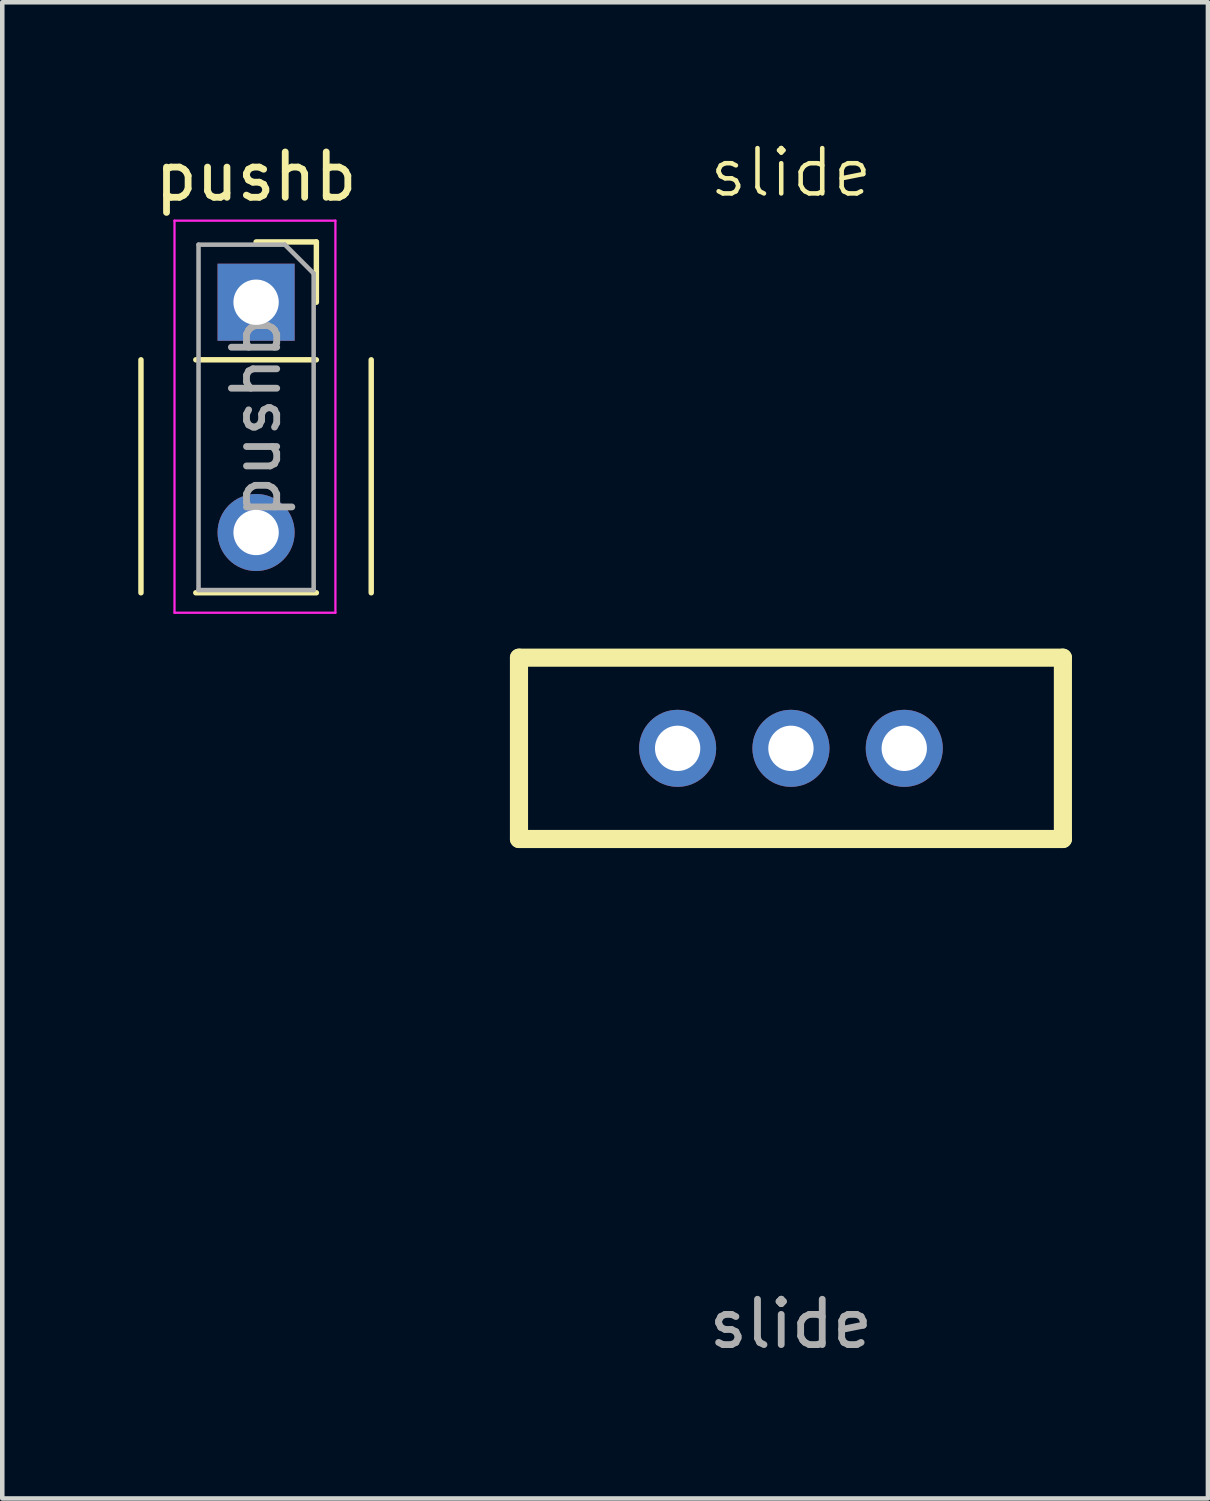
<source format=kicad_pcb>
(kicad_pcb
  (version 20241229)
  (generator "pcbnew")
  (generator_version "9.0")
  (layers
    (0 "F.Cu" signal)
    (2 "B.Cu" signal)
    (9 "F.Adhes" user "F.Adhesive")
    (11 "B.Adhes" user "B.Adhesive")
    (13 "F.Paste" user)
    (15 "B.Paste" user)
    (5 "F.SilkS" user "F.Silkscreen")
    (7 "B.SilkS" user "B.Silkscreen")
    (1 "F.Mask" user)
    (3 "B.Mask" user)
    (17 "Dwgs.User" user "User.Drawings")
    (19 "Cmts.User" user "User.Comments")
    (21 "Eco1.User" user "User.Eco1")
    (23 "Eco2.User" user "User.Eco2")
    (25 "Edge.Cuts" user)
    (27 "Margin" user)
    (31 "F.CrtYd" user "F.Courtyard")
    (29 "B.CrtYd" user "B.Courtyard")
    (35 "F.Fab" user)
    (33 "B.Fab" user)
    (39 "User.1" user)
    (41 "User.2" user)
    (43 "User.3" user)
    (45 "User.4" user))
  (footprint "slide"
    (layer "F.Cu")
    (at 14.4 13.46)
    (property "Reference" "slide" (at 0 -12.7 0) (unlocked yes) (layer "F.SilkS") (effects (font (size 1 1) (thickness 0.1))))
    (attr through_hole)
    (fp_line (start -6 -2) (end -6 2) (stroke (width 0.4) (type default)) (layer "F.SilkS"))
    (fp_line (start -6 2) (end 6 2) (stroke (width 0.4) (type default)) (layer "F.SilkS"))
    (fp_line (start 6 -2) (end -6 -2) (stroke (width 0.4) (type default)) (layer "F.SilkS"))
    (fp_line (start 6 2) (end 6 -2) (stroke (width 0.4) (type default)) (layer "F.SilkS"))
    (fp_text user "${REFERENCE}" (at 0 12.7 0) (unlocked yes) (layer "F.Fab") (effects (font (size 1 1) (thickness 0.15))))
    (pad "1" thru_hole circle (at -2.5 0) (size 1.7 1.7) (drill 1) (layers "*.Cu" "*.Mask"))
    (pad "2" thru_hole circle (at 0 0) (size 1.7 1.7) (drill 1) (layers "*.Cu" "*.Mask"))
    (pad "3" thru_hole circle (at 2.5 0) (size 1.7 1.7) (drill 1) (layers "*.Cu" "*.Mask")))
  (footprint "pushb"
    (layer "F.Cu")
    (at 2.6 3.618)
    (property "Reference" "pushb" (at 0 -2.77 0) (layer "F.SilkS") (effects (font (size 1 1) (thickness 0.15))))
    (attr through_hole)
    (fp_line (start -2.54 1.27) (end -2.54 6.41) (stroke (width 0.12) (type solid)) (layer "F.SilkS"))
    (fp_line (start -1.33 1.27) (end 1.33 1.27) (stroke (width 0.12) (type solid)) (layer "F.SilkS"))
    (fp_line (start -1.33 6.41) (end 1.33 6.41) (stroke (width 0.12) (type solid)) (layer "F.SilkS"))
    (fp_line (start 0 -1.33) (end 1.33 -1.33) (stroke (width 0.12) (type solid)) (layer "F.SilkS"))
    (fp_line (start 1.33 -1.33) (end 1.33 0) (stroke (width 0.12) (type solid)) (layer "F.SilkS"))
    (fp_line (start 2.54 1.27) (end 2.54 6.41) (stroke (width 0.12) (type solid)) (layer "F.SilkS"))
    (fp_line (start -1.8 -1.8) (end 1.75 -1.8) (stroke (width 0.05) (type solid)) (layer "F.CrtYd"))
    (fp_line (start -1.8 6.85) (end -1.8 -1.8) (stroke (width 0.05) (type solid)) (layer "F.CrtYd"))
    (fp_line (start 1.75 -1.8) (end 1.75 6.85) (stroke (width 0.05) (type solid)) (layer "F.CrtYd"))
    (fp_line (start 1.75 6.85) (end -1.8 6.85) (stroke (width 0.05) (type solid)) (layer "F.CrtYd"))
    (fp_line (start -1.27 -1.27) (end 0.635 -1.27) (stroke (width 0.1) (type solid)) (layer "F.Fab"))
    (fp_line (start -1.27 6.35) (end -1.27 -1.27) (stroke (width 0.1) (type solid)) (layer "F.Fab"))
    (fp_line (start 0.635 -1.27) (end 1.27 -0.635) (stroke (width 0.1) (type solid)) (layer "F.Fab"))
    (fp_line (start 1.27 -0.635) (end 1.27 6.35) (stroke (width 0.1) (type solid)) (layer "F.Fab"))
    (fp_line (start 1.27 6.35) (end -1.27 6.35) (stroke (width 0.1) (type solid)) (layer "F.Fab"))
    (fp_text user "${REFERENCE}" (at 0 2.54 90) (layer "F.Fab") (effects (font (size 1 1) (thickness 0.15))))
    (pad "1" thru_hole rect (at 0 0) (size 1.7 1.7) (drill 1) (layers "*.Cu" "*.Mask"))
    (pad "2" thru_hole oval (at 0 5.08) (size 1.7 1.7) (drill 1) (layers "*.Cu" "*.Mask")))
  (gr_rect
    (start -3 -3)
    (end 23.6 30.009)
    (stroke (width 0.1) (type default))
    (fill no)
    (layer "Edge.Cuts")))
</source>
